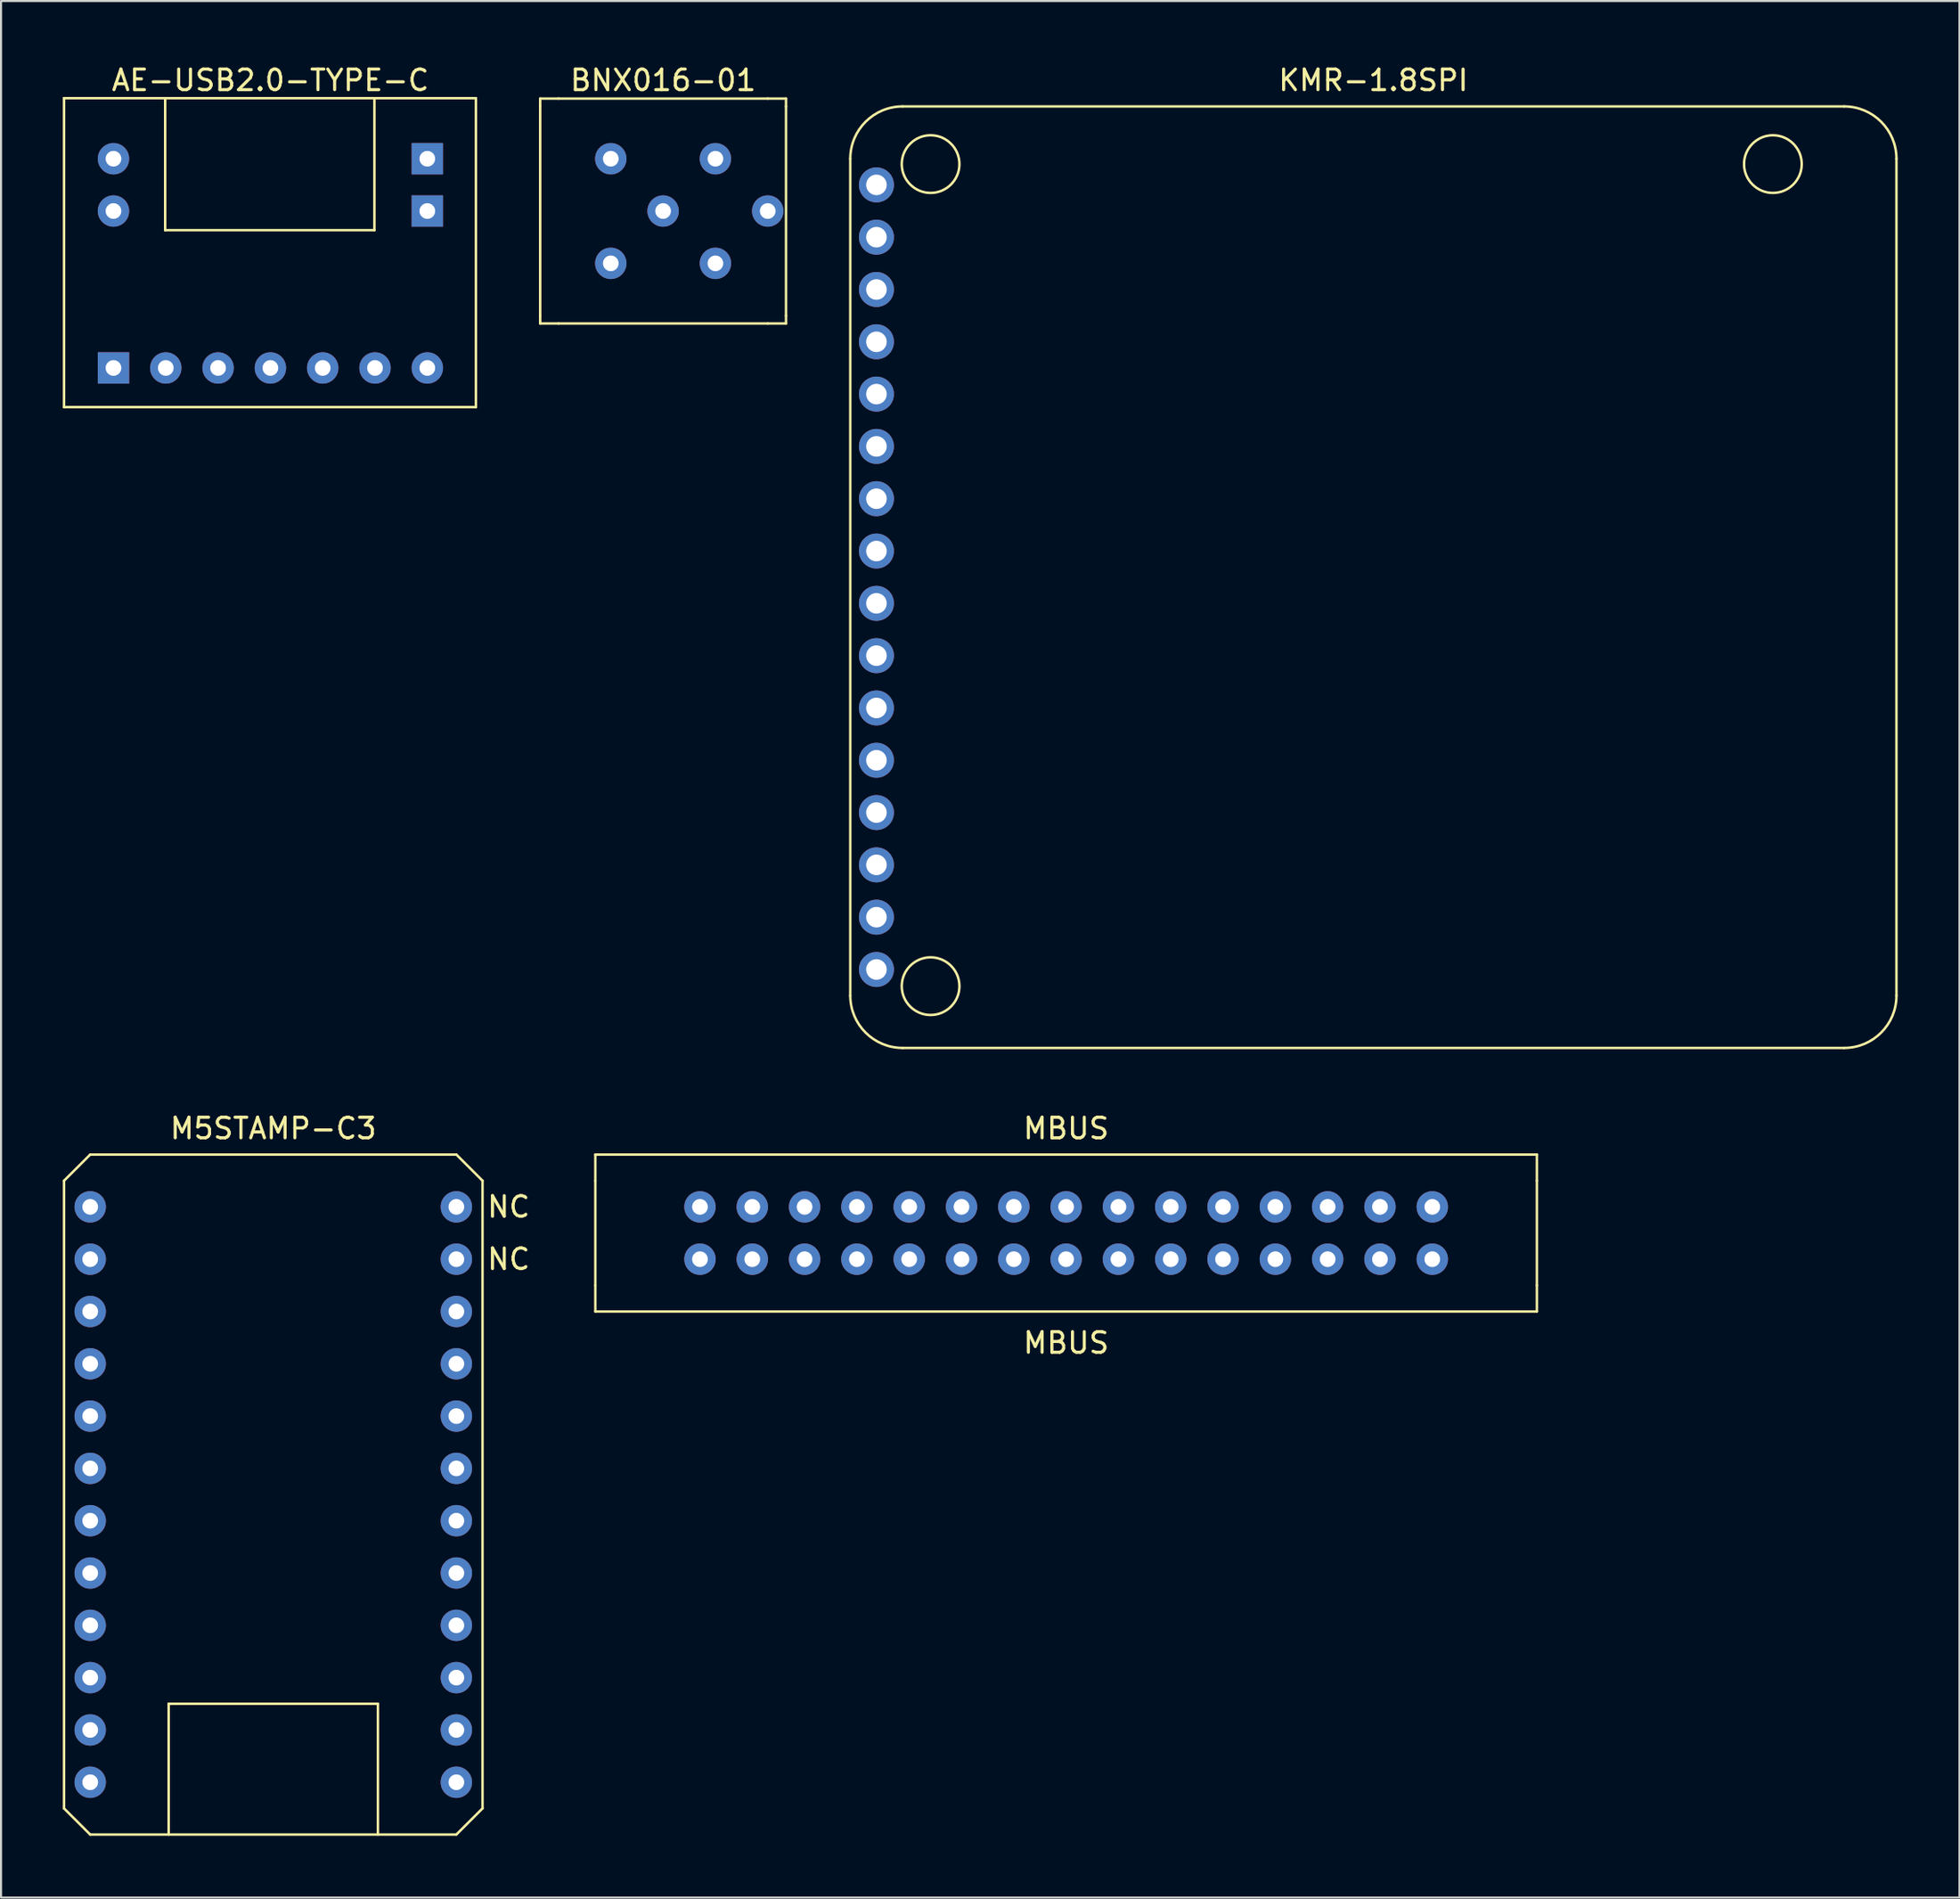
<source format=kicad_pcb>
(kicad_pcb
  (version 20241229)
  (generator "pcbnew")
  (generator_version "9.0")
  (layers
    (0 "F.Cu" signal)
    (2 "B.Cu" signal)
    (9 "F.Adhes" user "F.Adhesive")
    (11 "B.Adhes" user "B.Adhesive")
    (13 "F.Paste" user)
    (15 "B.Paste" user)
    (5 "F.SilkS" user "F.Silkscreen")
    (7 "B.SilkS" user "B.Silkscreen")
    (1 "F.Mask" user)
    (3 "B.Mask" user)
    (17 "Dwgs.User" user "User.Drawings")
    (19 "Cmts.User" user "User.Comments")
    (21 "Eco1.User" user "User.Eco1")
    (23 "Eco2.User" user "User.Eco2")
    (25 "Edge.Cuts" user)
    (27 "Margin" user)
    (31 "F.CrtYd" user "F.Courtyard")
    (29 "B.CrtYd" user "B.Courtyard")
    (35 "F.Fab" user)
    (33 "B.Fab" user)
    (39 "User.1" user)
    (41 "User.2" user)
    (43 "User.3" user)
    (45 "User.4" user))
  (footprint "MBUS"
    (layer "F.Cu")
    (at 48.719 55.556)
    (property "Reference" "MBUS" (at 0 -3.81 0) (layer "F.SilkS") (effects (font (size 1 1) (thickness 0.15))))
    (attr through_hole)
    (fp_line (start -22.86 -2.54) (end -22.86 -1.27) (stroke (width 0.12) (type solid)) (layer "F.SilkS"))
    (fp_line (start -22.86 -1.27) (end -22.86 3.81) (stroke (width 0.12) (type solid)) (layer "F.SilkS"))
    (fp_line (start -22.86 5.08) (end -22.86 3.81) (stroke (width 0.12) (type solid)) (layer "F.SilkS"))
    (fp_line (start 22.86 -2.54) (end -22.86 -2.54) (stroke (width 0.12) (type solid)) (layer "F.SilkS"))
    (fp_line (start 22.86 -1.27) (end 22.86 -2.54) (stroke (width 0.12) (type solid)) (layer "F.SilkS"))
    (fp_line (start 22.86 -1.27) (end 22.86 3.81) (stroke (width 0.12) (type solid)) (layer "F.SilkS"))
    (fp_line (start 22.86 3.81) (end 22.86 5.08) (stroke (width 0.12) (type solid)) (layer "F.SilkS"))
    (fp_line (start 22.86 5.08) (end -22.86 5.08) (stroke (width 0.12) (type solid)) (layer "F.SilkS"))
    (fp_text user "MBUS" (at 0 6.604 0) (layer "F.SilkS") (effects (font (size 1 1) (thickness 0.15))))
    (pad "1" thru_hole circle (at -17.78 2.54) (size 1.524 1.524) (drill 0.762) (layers "*.Cu" "*.Mask"))
    (pad "2" thru_hole circle (at -15.24 2.54) (size 1.524 1.524) (drill 0.762) (layers "*.Cu" "*.Mask"))
    (pad "3" thru_hole circle (at -12.7 2.54) (size 1.524 1.524) (drill 0.762) (layers "*.Cu" "*.Mask"))
    (pad "4" thru_hole circle (at -10.16 2.54) (size 1.524 1.524) (drill 0.762) (layers "*.Cu" "*.Mask"))
    (pad "5" thru_hole circle (at -7.62 2.54) (size 1.524 1.524) (drill 0.762) (layers "*.Cu" "*.Mask"))
    (pad "6" thru_hole circle (at -5.08 2.54) (size 1.524 1.524) (drill 0.762) (layers "*.Cu" "*.Mask"))
    (pad "7" thru_hole circle (at -2.54 2.54) (size 1.524 1.524) (drill 0.762) (layers "*.Cu" "*.Mask"))
    (pad "8" thru_hole circle (at 0 2.54) (size 1.524 1.524) (drill 0.762) (layers "*.Cu" "*.Mask"))
    (pad "9" thru_hole circle (at 2.54 2.54) (size 1.524 1.524) (drill 0.762) (layers "*.Cu" "*.Mask"))
    (pad "10" thru_hole circle (at 5.08 2.54) (size 1.524 1.524) (drill 0.762) (layers "*.Cu" "*.Mask"))
    (pad "11" thru_hole circle (at 7.62 2.54) (size 1.524 1.524) (drill 0.762) (layers "*.Cu" "*.Mask"))
    (pad "12" thru_hole circle (at 10.16 2.54) (size 1.524 1.524) (drill 0.762) (layers "*.Cu" "*.Mask"))
    (pad "13" thru_hole circle (at 12.7 2.54) (size 1.524 1.524) (drill 0.762) (layers "*.Cu" "*.Mask"))
    (pad "14" thru_hole circle (at 15.24 2.54) (size 1.524 1.524) (drill 0.762) (layers "*.Cu" "*.Mask"))
    (pad "15" thru_hole circle (at 17.78 2.54) (size 1.524 1.524) (drill 0.762) (layers "*.Cu" "*.Mask"))
    (pad "16" thru_hole circle (at 17.78 0) (size 1.524 1.524) (drill 0.762) (layers "*.Cu" "*.Mask"))
    (pad "17" thru_hole circle (at 15.24 0) (size 1.524 1.524) (drill 0.762) (layers "*.Cu" "*.Mask"))
    (pad "18" thru_hole circle (at 12.7 0) (size 1.524 1.524) (drill 0.762) (layers "*.Cu" "*.Mask"))
    (pad "19" thru_hole circle (at 10.16 0) (size 1.524 1.524) (drill 0.762) (layers "*.Cu" "*.Mask"))
    (pad "20" thru_hole circle (at 7.62 0) (size 1.524 1.524) (drill 0.762) (layers "*.Cu" "*.Mask"))
    (pad "21" thru_hole circle (at 5.08 0) (size 1.524 1.524) (drill 0.762) (layers "*.Cu" "*.Mask"))
    (pad "22" thru_hole circle (at 2.54 0) (size 1.524 1.524) (drill 0.762) (layers "*.Cu" "*.Mask"))
    (pad "23" thru_hole circle (at 0 0) (size 1.524 1.524) (drill 0.762) (layers "*.Cu" "*.Mask"))
    (pad "24" thru_hole circle (at -2.54 0) (size 1.524 1.524) (drill 0.762) (layers "*.Cu" "*.Mask"))
    (pad "25" thru_hole circle (at -5.08 0) (size 1.524 1.524) (drill 0.762) (layers "*.Cu" "*.Mask"))
    (pad "26" thru_hole circle (at -7.62 0) (size 1.524 1.524) (drill 0.762) (layers "*.Cu" "*.Mask"))
    (pad "27" thru_hole circle (at -10.16 0) (size 1.524 1.524) (drill 0.762) (layers "*.Cu" "*.Mask"))
    (pad "28" thru_hole circle (at -12.7 0) (size 1.524 1.524) (drill 0.762) (layers "*.Cu" "*.Mask"))
    (pad "29" thru_hole circle (at -15.24 0) (size 1.524 1.524) (drill 0.762) (layers "*.Cu" "*.Mask"))
    (pad "30" thru_hole circle (at -17.78 0) (size 1.524 1.524) (drill 0.762) (layers "*.Cu" "*.Mask")))
  (footprint "AE-USB2.0-TYPE-C"
    (layer "F.Cu")
    (at 10.08 8.468)
    (property "Reference" "AE-USB2.0-TYPE-C" (at 0 -7.62 0) (layer "F.SilkS") (effects (font (size 1 1) (thickness 0.15))))
    (attr through_hole)
    (fp_line (start -10.02 -6.75) (end 9.98 -6.75) (stroke (width 0.12) (type solid)) (layer "F.SilkS"))
    (fp_line (start -10.02 8.25) (end -10.02 -6.75) (stroke (width 0.12) (type solid)) (layer "F.SilkS"))
    (fp_line (start -5.11 -0.34) (end -5.11 -6.69) (stroke (width 0.12) (type solid)) (layer "F.SilkS"))
    (fp_line (start 5.05 -6.69) (end 5.05 -0.34) (stroke (width 0.12) (type solid)) (layer "F.SilkS"))
    (fp_line (start 5.05 -0.34) (end -5.11 -0.34) (stroke (width 0.12) (type solid)) (layer "F.SilkS"))
    (fp_line (start 9.98 -6.75) (end 9.98 8.25) (stroke (width 0.12) (type solid)) (layer "F.SilkS"))
    (fp_line (start 9.98 8.25) (end -10.02 8.25) (stroke (width 0.12) (type solid)) (layer "F.SilkS"))
    (pad "" thru_hole circle (at -7.62 -3.81) (size 1.524 1.524) (drill 0.762) (layers "*.Cu" "*.Mask"))
    (pad "" thru_hole circle (at -7.62 -1.27) (size 1.524 1.524) (drill 0.762) (layers "*.Cu" "*.Mask"))
    (pad "" thru_hole rect (at 7.62 -3.81) (size 1.524 1.524) (drill 0.762) (layers "*.Cu" "*.Mask"))
    (pad "" thru_hole rect (at 7.62 -1.27) (size 1.524 1.524) (drill 0.762) (layers "*.Cu" "*.Mask"))
    (pad "1" thru_hole rect (at -7.62 6.35) (size 1.524 1.524) (drill 0.762) (layers "*.Cu" "*.Mask"))
    (pad "2" thru_hole circle (at -5.08 6.35) (size 1.524 1.524) (drill 0.762) (layers "*.Cu" "*.Mask"))
    (pad "3" thru_hole circle (at -2.54 6.35) (size 1.524 1.524) (drill 0.762) (layers "*.Cu" "*.Mask"))
    (pad "4" thru_hole circle (at 0 6.35) (size 1.524 1.524) (drill 0.762) (layers "*.Cu" "*.Mask"))
    (pad "5" thru_hole circle (at 2.54 6.35) (size 1.524 1.524) (drill 0.762) (layers "*.Cu" "*.Mask"))
    (pad "6" thru_hole circle (at 5.08 6.35) (size 1.524 1.524) (drill 0.762) (layers "*.Cu" "*.Mask"))
    (pad "7" thru_hole circle (at 7.62 6.35) (size 1.524 1.524) (drill 0.762) (layers "*.Cu" "*.Mask")))
  (footprint "KMR-1.8SPI"
    (layer "F.Cu")
    (at 63.638 24.978)
    (property "Reference" "KMR-1.8SPI" (at 0 -24.13 0) (layer "F.SilkS") (effects (font (size 1 1) (thickness 0.15))))
    (attr through_hole)
    (fp_line (start -25.4 20.32) (end -25.4 -20.32) (stroke (width 0.12) (type solid)) (layer "F.SilkS"))
    (fp_line (start -22.86 -22.86) (end 22.86 -22.86) (stroke (width 0.12) (type solid)) (layer "F.SilkS"))
    (fp_line (start 22.86 22.86) (end -22.86 22.86) (stroke (width 0.12) (type solid)) (layer "F.SilkS"))
    (fp_line (start 25.4 -20.32) (end 25.4 20.32) (stroke (width 0.12) (type solid)) (layer "F.SilkS"))
    (fp_arc (start -25.4 -20.32) (mid -24.656051 -22.116051) (end -22.86 -22.86) (stroke (width 0.12) (type solid)) (layer "F.SilkS"))
    (fp_arc (start -22.86 22.86) (mid -24.656051 22.116051) (end -25.4 20.32) (stroke (width 0.12) (type solid)) (layer "F.SilkS"))
    (fp_arc (start 22.86 -22.86) (mid 24.656051 -22.116051) (end 25.4 -20.32) (stroke (width 0.12) (type solid)) (layer "F.SilkS"))
    (fp_arc (start 25.4 20.32) (mid 24.656051 22.116051) (end 22.86 22.86) (stroke (width 0.12) (type solid)) (layer "F.SilkS"))
    (fp_circle (center -21.5 -20.06) (end -21.5 -18.66) (stroke (width 0.12) (type solid)) (fill no) (layer "F.SilkS"))
    (fp_circle (center -21.5 19.86) (end -21.5 21.26) (stroke (width 0.12) (type solid)) (fill no) (layer "F.SilkS"))
    (fp_circle (center 19.4 -20.06) (end 19.4 -18.66) (stroke (width 0.12) (type solid)) (fill no) (layer "F.SilkS"))
    (pad "1" thru_hole circle (at -24.13 -19.05) (size 1.7 1.7) (drill 1) (layers "*.Cu" "*.Mask"))
    (pad "2" thru_hole circle (at -24.13 -16.51) (size 1.7 1.7) (drill 1) (layers "*.Cu" "*.Mask"))
    (pad "3" thru_hole circle (at -24.13 -13.97) (size 1.7 1.7) (drill 1) (layers "*.Cu" "*.Mask"))
    (pad "4" thru_hole circle (at -24.13 -11.43) (size 1.7 1.7) (drill 1) (layers "*.Cu" "*.Mask"))
    (pad "5" thru_hole circle (at -24.13 -8.89) (size 1.7 1.7) (drill 1) (layers "*.Cu" "*.Mask"))
    (pad "6" thru_hole circle (at -24.13 -6.35) (size 1.7 1.7) (drill 1) (layers "*.Cu" "*.Mask"))
    (pad "7" thru_hole circle (at -24.13 -3.81) (size 1.7 1.7) (drill 1) (layers "*.Cu" "*.Mask"))
    (pad "8" thru_hole circle (at -24.13 -1.27) (size 1.7 1.7) (drill 1) (layers "*.Cu" "*.Mask"))
    (pad "9" thru_hole circle (at -24.13 1.27) (size 1.7 1.7) (drill 1) (layers "*.Cu" "*.Mask"))
    (pad "10" thru_hole circle (at -24.13 3.81) (size 1.7 1.7) (drill 1) (layers "*.Cu" "*.Mask"))
    (pad "11" thru_hole circle (at -24.13 6.35) (size 1.7 1.7) (drill 1) (layers "*.Cu" "*.Mask"))
    (pad "12" thru_hole circle (at -24.13 8.89) (size 1.7 1.7) (drill 1) (layers "*.Cu" "*.Mask"))
    (pad "13" thru_hole circle (at -24.13 11.43) (size 1.7 1.7) (drill 1) (layers "*.Cu" "*.Mask"))
    (pad "14" thru_hole circle (at -24.13 13.97) (size 1.7 1.7) (drill 1) (layers "*.Cu" "*.Mask"))
    (pad "15" thru_hole circle (at -24.13 16.51) (size 1.7 1.7) (drill 1) (layers "*.Cu" "*.Mask"))
    (pad "16" thru_hole circle (at -24.13 19.05) (size 1.7 1.7) (drill 1) (layers "*.Cu" "*.Mask")))
  (footprint "BNX016-01"
    (layer "F.Cu")
    (at 29.149 7.198)
    (property "Reference" "BNX016-01" (at 0 -6.35 0) (layer "F.SilkS") (effects (font (size 1 1) (thickness 0.15))))
    (attr through_hole)
    (fp_line (start -5.969 -5.461) (end -5.08 -5.461) (stroke (width 0.12) (type solid)) (layer "F.SilkS"))
    (fp_line (start -5.969 -5.08) (end -5.969 -5.461) (stroke (width 0.12) (type solid)) (layer "F.SilkS"))
    (fp_line (start -5.969 -5.08) (end -5.969 5.08) (stroke (width 0.12) (type solid)) (layer "F.SilkS"))
    (fp_line (start -5.969 5.461) (end -5.969 5.08) (stroke (width 0.12) (type solid)) (layer "F.SilkS"))
    (fp_line (start -5.08 -5.461) (end 5.08 -5.461) (stroke (width 0.12) (type solid)) (layer "F.SilkS"))
    (fp_line (start -5.08 5.461) (end -5.969 5.461) (stroke (width 0.12) (type solid)) (layer "F.SilkS"))
    (fp_line (start 5.08 -5.461) (end 5.969 -5.461) (stroke (width 0.12) (type solid)) (layer "F.SilkS"))
    (fp_line (start 5.08 5.461) (end -5.08 5.461) (stroke (width 0.12) (type solid)) (layer "F.SilkS"))
    (fp_line (start 5.969 -5.461) (end 5.969 -5.08) (stroke (width 0.12) (type solid)) (layer "F.SilkS"))
    (fp_line (start 5.969 -5.08) (end 5.969 5.08) (stroke (width 0.12) (type solid)) (layer "F.SilkS"))
    (fp_line (start 5.969 5.08) (end 5.969 5.461) (stroke (width 0.12) (type solid)) (layer "F.SilkS"))
    (fp_line (start 5.969 5.461) (end 5.08 5.461) (stroke (width 0.12) (type solid)) (layer "F.SilkS"))
    (pad "1" thru_hole circle (at 2.54 -2.54) (size 1.524 1.524) (drill 0.762) (layers "*.Cu" "*.Mask"))
    (pad "2" thru_hole circle (at 2.54 2.54) (size 1.524 1.524) (drill 0.762) (layers "*.Cu" "*.Mask"))
    (pad "3" thru_hole circle (at -2.54 -2.54) (size 1.524 1.524) (drill 0.762) (layers "*.Cu" "*.Mask"))
    (pad "4" thru_hole circle (at -2.54 2.54) (size 1.524 1.524) (drill 0.762) (layers "*.Cu" "*.Mask"))
    (pad "5" thru_hole circle (at 0 0) (size 1.524 1.524) (drill 0.762) (layers "*.Cu" "*.Mask"))
    (pad "6" thru_hole circle (at 5.08 0) (size 1.524 1.524) (drill 0.762) (layers "*.Cu" "*.Mask")))
  (footprint "M5STAMP-C3"
    (layer "F.Cu")
    (at 10.22 69.526)
    (property "Reference" "M5STAMP-C3" (at 0 -17.78 0) (layer "F.SilkS") (effects (font (size 1 1) (thickness 0.15))))
    (attr through_hole)
    (fp_line (start -10.16 -15.24) (end -8.89 -16.51) (stroke (width 0.12) (type solid)) (layer "F.SilkS"))
    (fp_line (start -10.16 15.24) (end -10.16 -15.24) (stroke (width 0.12) (type solid)) (layer "F.SilkS"))
    (fp_line (start -10.16 15.24) (end -8.89 16.51) (stroke (width 0.12) (type solid)) (layer "F.SilkS"))
    (fp_line (start -8.89 -16.51) (end 8.89 -16.51) (stroke (width 0.12) (type solid)) (layer "F.SilkS"))
    (fp_line (start -5.08 10.16) (end 5.08 10.16) (stroke (width 0.12) (type solid)) (layer "F.SilkS"))
    (fp_line (start -5.08 16.51) (end -5.08 10.16) (stroke (width 0.12) (type solid)) (layer "F.SilkS"))
    (fp_line (start 5.08 10.16) (end 5.08 16.51) (stroke (width 0.12) (type solid)) (layer "F.SilkS"))
    (fp_line (start 8.89 -16.51) (end 10.16 -15.24) (stroke (width 0.12) (type solid)) (layer "F.SilkS"))
    (fp_line (start 8.89 16.51) (end -8.89 16.51) (stroke (width 0.12) (type solid)) (layer "F.SilkS"))
    (fp_line (start 10.16 -15.24) (end 10.16 15.24) (stroke (width 0.12) (type solid)) (layer "F.SilkS"))
    (fp_line (start 10.16 15.24) (end 8.89 16.51) (stroke (width 0.12) (type solid)) (layer "F.SilkS"))
    (fp_text user "NC" (at 11.43 -13.97 0) (layer "F.SilkS") (effects (font (size 1 1) (thickness 0.15))))
    (fp_text user "NC" (at 11.43 -11.43 0) (layer "F.SilkS") (effects (font (size 1 1) (thickness 0.15))))
    (pad "1" thru_hole circle (at -8.89 -13.97) (size 1.524 1.524) (drill 0.762) (layers "*.Cu" "*.Mask"))
    (pad "2" thru_hole circle (at -8.89 -11.43) (size 1.524 1.524) (drill 0.762) (layers "*.Cu" "*.Mask"))
    (pad "3" thru_hole circle (at -8.89 -8.89) (size 1.524 1.524) (drill 0.762) (layers "*.Cu" "*.Mask"))
    (pad "4" thru_hole circle (at -8.89 -6.35) (size 1.524 1.524) (drill 0.762) (layers "*.Cu" "*.Mask"))
    (pad "5" thru_hole circle (at -8.89 -3.81) (size 1.524 1.524) (drill 0.762) (layers "*.Cu" "*.Mask"))
    (pad "6" thru_hole circle (at -8.89 -1.27) (size 1.524 1.524) (drill 0.762) (layers "*.Cu" "*.Mask"))
    (pad "7" thru_hole circle (at -8.89 1.27) (size 1.524 1.524) (drill 0.762) (layers "*.Cu" "*.Mask"))
    (pad "8" thru_hole circle (at -8.89 3.81) (size 1.524 1.524) (drill 0.762) (layers "*.Cu" "*.Mask"))
    (pad "9" thru_hole circle (at -8.89 6.35) (size 1.524 1.524) (drill 0.762) (layers "*.Cu" "*.Mask"))
    (pad "10" thru_hole circle (at -8.89 8.89) (size 1.524 1.524) (drill 0.762) (layers "*.Cu" "*.Mask"))
    (pad "11" thru_hole circle (at -8.89 11.43) (size 1.524 1.524) (drill 0.762) (layers "*.Cu" "*.Mask"))
    (pad "12" thru_hole circle (at -8.89 13.97) (size 1.524 1.524) (drill 0.762) (layers "*.Cu" "*.Mask"))
    (pad "13" thru_hole circle (at 8.89 13.97) (size 1.524 1.524) (drill 0.762) (layers "*.Cu" "*.Mask"))
    (pad "14" thru_hole circle (at 8.89 11.43) (size 1.524 1.524) (drill 0.762) (layers "*.Cu" "*.Mask"))
    (pad "15" thru_hole circle (at 8.89 8.89) (size 1.524 1.524) (drill 0.762) (layers "*.Cu" "*.Mask"))
    (pad "16" thru_hole circle (at 8.89 6.35) (size 1.524 1.524) (drill 0.762) (layers "*.Cu" "*.Mask"))
    (pad "17" thru_hole circle (at 8.89 3.81) (size 1.524 1.524) (drill 0.762) (layers "*.Cu" "*.Mask"))
    (pad "18" thru_hole circle (at 8.89 1.27) (size 1.524 1.524) (drill 0.762) (layers "*.Cu" "*.Mask"))
    (pad "19" thru_hole circle (at 8.89 -1.27) (size 1.524 1.524) (drill 0.762) (layers "*.Cu" "*.Mask"))
    (pad "20" thru_hole circle (at 8.89 -3.81) (size 1.524 1.524) (drill 0.762) (layers "*.Cu" "*.Mask"))
    (pad "21" thru_hole circle (at 8.89 -6.35) (size 1.524 1.524) (drill 0.762) (layers "*.Cu" "*.Mask"))
    (pad "22" thru_hole circle (at 8.89 -8.89) (size 1.524 1.524) (drill 0.762) (layers "*.Cu" "*.Mask"))
    (pad "23" thru_hole circle (at 8.89 -11.43) (size 1.524 1.524) (drill 0.762) (layers "*.Cu" "*.Mask"))
    (pad "24" thru_hole circle (at 8.89 -13.97) (size 1.524 1.524) (drill 0.762) (layers "*.Cu" "*.Mask")))
  (gr_rect
    (start -3 -3)
    (end 92.098 89.097)
    (stroke (width 0.1) (type default))
    (fill no)
    (layer "Edge.Cuts")))
</source>
